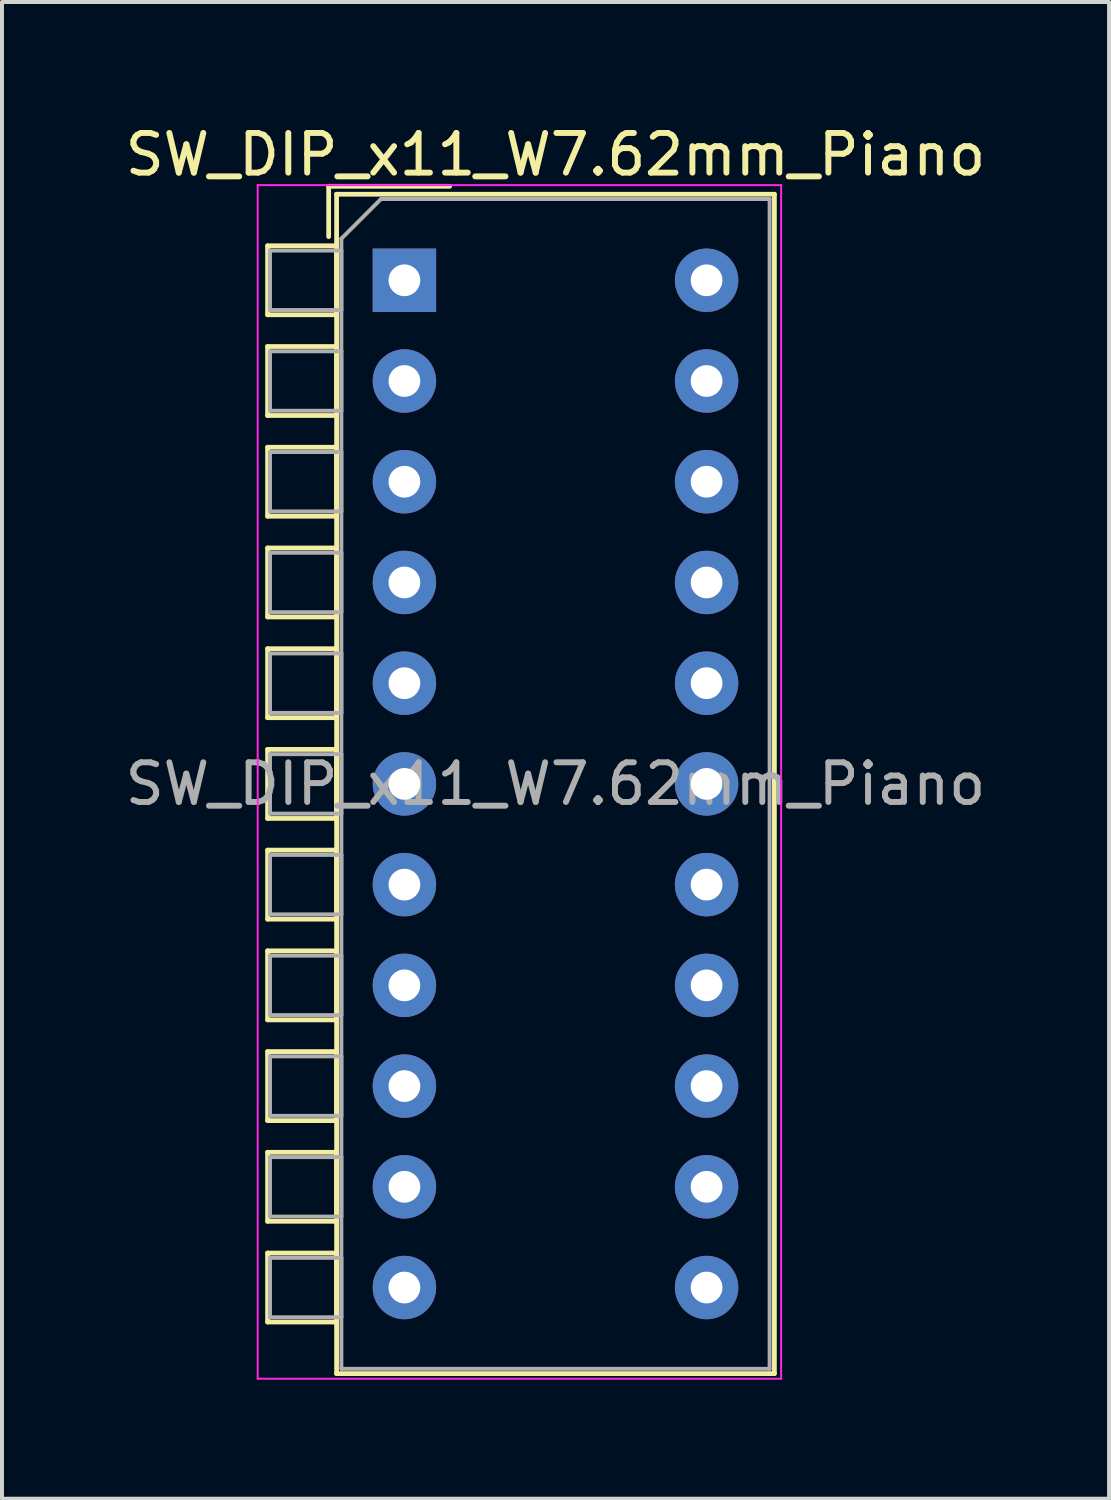
<source format=kicad_pcb>
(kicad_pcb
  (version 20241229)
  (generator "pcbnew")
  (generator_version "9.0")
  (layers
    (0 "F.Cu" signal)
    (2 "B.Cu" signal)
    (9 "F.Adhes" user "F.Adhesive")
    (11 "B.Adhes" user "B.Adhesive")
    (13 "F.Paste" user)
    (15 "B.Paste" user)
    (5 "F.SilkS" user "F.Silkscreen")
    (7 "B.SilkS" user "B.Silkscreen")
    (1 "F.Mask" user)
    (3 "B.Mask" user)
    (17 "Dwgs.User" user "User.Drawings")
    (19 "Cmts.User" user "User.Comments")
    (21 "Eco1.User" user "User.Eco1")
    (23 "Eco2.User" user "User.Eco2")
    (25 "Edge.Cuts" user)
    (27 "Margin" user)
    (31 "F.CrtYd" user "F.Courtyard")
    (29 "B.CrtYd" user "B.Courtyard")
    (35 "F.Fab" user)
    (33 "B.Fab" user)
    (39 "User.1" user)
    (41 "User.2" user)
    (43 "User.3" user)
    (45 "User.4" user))
  (footprint "SW_DIP_x11_W7.62mm_Piano"
    (layer "F.Cu")
    (at 7.148 4.018)
    (property "Reference" "SW_DIP_x11_W7.62mm_Piano" (at 3.81 -3.17 0) (layer "F.SilkS") (effects (font (size 1 1) (thickness 0.15))))
    (attr through_hole)
    (fp_line (start -3.45 -0.87) (end -3.45 0.87) (stroke (width 0.12) (type solid)) (layer "F.SilkS"))
    (fp_line (start -3.45 0.87) (end -1.71 0.87) (stroke (width 0.12) (type solid)) (layer "F.SilkS"))
    (fp_line (start -3.45 1.67) (end -3.45 3.41) (stroke (width 0.12) (type solid)) (layer "F.SilkS"))
    (fp_line (start -3.45 3.41) (end -1.71 3.41) (stroke (width 0.12) (type solid)) (layer "F.SilkS"))
    (fp_line (start -3.45 4.21) (end -3.45 5.95) (stroke (width 0.12) (type solid)) (layer "F.SilkS"))
    (fp_line (start -3.45 5.95) (end -1.71 5.95) (stroke (width 0.12) (type solid)) (layer "F.SilkS"))
    (fp_line (start -3.45 6.75) (end -3.45 8.49) (stroke (width 0.12) (type solid)) (layer "F.SilkS"))
    (fp_line (start -3.45 8.49) (end -1.71 8.49) (stroke (width 0.12) (type solid)) (layer "F.SilkS"))
    (fp_line (start -3.45 9.29) (end -3.45 11.03) (stroke (width 0.12) (type solid)) (layer "F.SilkS"))
    (fp_line (start -3.45 11.03) (end -1.71 11.03) (stroke (width 0.12) (type solid)) (layer "F.SilkS"))
    (fp_line (start -3.45 11.83) (end -3.45 13.57) (stroke (width 0.12) (type solid)) (layer "F.SilkS"))
    (fp_line (start -3.45 13.57) (end -1.71 13.57) (stroke (width 0.12) (type solid)) (layer "F.SilkS"))
    (fp_line (start -3.45 14.37) (end -3.45 16.11) (stroke (width 0.12) (type solid)) (layer "F.SilkS"))
    (fp_line (start -3.45 16.11) (end -1.71 16.11) (stroke (width 0.12) (type solid)) (layer "F.SilkS"))
    (fp_line (start -3.45 16.91) (end -3.45 18.65) (stroke (width 0.12) (type solid)) (layer "F.SilkS"))
    (fp_line (start -3.45 18.65) (end -1.71 18.65) (stroke (width 0.12) (type solid)) (layer "F.SilkS"))
    (fp_line (start -3.45 19.45) (end -3.45 21.19) (stroke (width 0.12) (type solid)) (layer "F.SilkS"))
    (fp_line (start -3.45 21.19) (end -1.71 21.19) (stroke (width 0.12) (type solid)) (layer "F.SilkS"))
    (fp_line (start -3.45 21.99) (end -3.45 23.73) (stroke (width 0.12) (type solid)) (layer "F.SilkS"))
    (fp_line (start -3.45 23.73) (end -1.71 23.73) (stroke (width 0.12) (type solid)) (layer "F.SilkS"))
    (fp_line (start -3.45 24.53) (end -3.45 26.27) (stroke (width 0.12) (type solid)) (layer "F.SilkS"))
    (fp_line (start -3.45 26.27) (end -1.71 26.27) (stroke (width 0.12) (type solid)) (layer "F.SilkS"))
    (fp_line (start -1.91 -2.37) (end -1.91 -1.1) (stroke (width 0.12) (type solid)) (layer "F.SilkS"))
    (fp_line (start -1.91 -2.37) (end 1.14 -2.37) (stroke (width 0.12) (type solid)) (layer "F.SilkS"))
    (fp_line (start -1.71 -2.17) (end 9.33 -2.17) (stroke (width 0.12) (type solid)) (layer "F.SilkS"))
    (fp_line (start -1.71 -0.87) (end -3.45 -0.87) (stroke (width 0.12) (type solid)) (layer "F.SilkS"))
    (fp_line (start -1.71 0.87) (end -1.71 -0.87) (stroke (width 0.12) (type solid)) (layer "F.SilkS"))
    (fp_line (start -1.71 1.67) (end -3.45 1.67) (stroke (width 0.12) (type solid)) (layer "F.SilkS"))
    (fp_line (start -1.71 3.41) (end -1.71 1.67) (stroke (width 0.12) (type solid)) (layer "F.SilkS"))
    (fp_line (start -1.71 4.21) (end -3.45 4.21) (stroke (width 0.12) (type solid)) (layer "F.SilkS"))
    (fp_line (start -1.71 5.95) (end -1.71 4.21) (stroke (width 0.12) (type solid)) (layer "F.SilkS"))
    (fp_line (start -1.71 6.75) (end -3.45 6.75) (stroke (width 0.12) (type solid)) (layer "F.SilkS"))
    (fp_line (start -1.71 8.49) (end -1.71 6.75) (stroke (width 0.12) (type solid)) (layer "F.SilkS"))
    (fp_line (start -1.71 9.29) (end -3.45 9.29) (stroke (width 0.12) (type solid)) (layer "F.SilkS"))
    (fp_line (start -1.71 11.03) (end -1.71 9.29) (stroke (width 0.12) (type solid)) (layer "F.SilkS"))
    (fp_line (start -1.71 11.83) (end -3.45 11.83) (stroke (width 0.12) (type solid)) (layer "F.SilkS"))
    (fp_line (start -1.71 13.57) (end -1.71 11.83) (stroke (width 0.12) (type solid)) (layer "F.SilkS"))
    (fp_line (start -1.71 14.37) (end -3.45 14.37) (stroke (width 0.12) (type solid)) (layer "F.SilkS"))
    (fp_line (start -1.71 16.11) (end -1.71 14.37) (stroke (width 0.12) (type solid)) (layer "F.SilkS"))
    (fp_line (start -1.71 16.91) (end -3.45 16.91) (stroke (width 0.12) (type solid)) (layer "F.SilkS"))
    (fp_line (start -1.71 18.65) (end -1.71 16.91) (stroke (width 0.12) (type solid)) (layer "F.SilkS"))
    (fp_line (start -1.71 19.45) (end -3.45 19.45) (stroke (width 0.12) (type solid)) (layer "F.SilkS"))
    (fp_line (start -1.71 21.19) (end -1.71 19.45) (stroke (width 0.12) (type solid)) (layer "F.SilkS"))
    (fp_line (start -1.71 21.99) (end -3.45 21.99) (stroke (width 0.12) (type solid)) (layer "F.SilkS"))
    (fp_line (start -1.71 23.73) (end -1.71 21.99) (stroke (width 0.12) (type solid)) (layer "F.SilkS"))
    (fp_line (start -1.71 24.53) (end -3.45 24.53) (stroke (width 0.12) (type solid)) (layer "F.SilkS"))
    (fp_line (start -1.71 26.27) (end -1.71 24.53) (stroke (width 0.12) (type solid)) (layer "F.SilkS"))
    (fp_line (start -1.71 27.57) (end -1.71 -2.17) (stroke (width 0.12) (type solid)) (layer "F.SilkS"))
    (fp_line (start 9.33 -2.17) (end 9.33 27.57) (stroke (width 0.12) (type solid)) (layer "F.SilkS"))
    (fp_line (start 9.33 27.57) (end -1.71 27.57) (stroke (width 0.12) (type solid)) (layer "F.SilkS"))
    (fp_line (start -3.7 -2.4) (end -3.7 27.7) (stroke (width 0.05) (type solid)) (layer "F.CrtYd"))
    (fp_line (start -3.7 27.7) (end 9.5 27.7) (stroke (width 0.05) (type solid)) (layer "F.CrtYd"))
    (fp_line (start 9.5 -2.4) (end -3.7 -2.4) (stroke (width 0.05) (type solid)) (layer "F.CrtYd"))
    (fp_line (start 9.5 27.7) (end 9.5 -2.4) (stroke (width 0.05) (type solid)) (layer "F.CrtYd"))
    (fp_line (start -3.39 -0.75) (end -1.59 -0.75) (stroke (width 0.1) (type solid)) (layer "F.Fab"))
    (fp_line (start -3.39 0.75) (end -3.39 -0.75) (stroke (width 0.1) (type solid)) (layer "F.Fab"))
    (fp_line (start -3.39 1.79) (end -1.59 1.79) (stroke (width 0.1) (type solid)) (layer "F.Fab"))
    (fp_line (start -3.39 3.29) (end -3.39 1.79) (stroke (width 0.1) (type solid)) (layer "F.Fab"))
    (fp_line (start -3.39 4.33) (end -1.59 4.33) (stroke (width 0.1) (type solid)) (layer "F.Fab"))
    (fp_line (start -3.39 5.83) (end -3.39 4.33) (stroke (width 0.1) (type solid)) (layer "F.Fab"))
    (fp_line (start -3.39 6.87) (end -1.59 6.87) (stroke (width 0.1) (type solid)) (layer "F.Fab"))
    (fp_line (start -3.39 8.37) (end -3.39 6.87) (stroke (width 0.1) (type solid)) (layer "F.Fab"))
    (fp_line (start -3.39 9.41) (end -1.59 9.41) (stroke (width 0.1) (type solid)) (layer "F.Fab"))
    (fp_line (start -3.39 10.91) (end -3.39 9.41) (stroke (width 0.1) (type solid)) (layer "F.Fab"))
    (fp_line (start -3.39 11.95) (end -1.59 11.95) (stroke (width 0.1) (type solid)) (layer "F.Fab"))
    (fp_line (start -3.39 13.45) (end -3.39 11.95) (stroke (width 0.1) (type solid)) (layer "F.Fab"))
    (fp_line (start -3.39 14.49) (end -1.59 14.49) (stroke (width 0.1) (type solid)) (layer "F.Fab"))
    (fp_line (start -3.39 15.99) (end -3.39 14.49) (stroke (width 0.1) (type solid)) (layer "F.Fab"))
    (fp_line (start -3.39 17.03) (end -1.59 17.03) (stroke (width 0.1) (type solid)) (layer "F.Fab"))
    (fp_line (start -3.39 18.53) (end -3.39 17.03) (stroke (width 0.1) (type solid)) (layer "F.Fab"))
    (fp_line (start -3.39 19.57) (end -1.59 19.57) (stroke (width 0.1) (type solid)) (layer "F.Fab"))
    (fp_line (start -3.39 21.07) (end -3.39 19.57) (stroke (width 0.1) (type solid)) (layer "F.Fab"))
    (fp_line (start -3.39 22.11) (end -1.59 22.11) (stroke (width 0.1) (type solid)) (layer "F.Fab"))
    (fp_line (start -3.39 23.61) (end -3.39 22.11) (stroke (width 0.1) (type solid)) (layer "F.Fab"))
    (fp_line (start -3.39 24.65) (end -1.59 24.65) (stroke (width 0.1) (type solid)) (layer "F.Fab"))
    (fp_line (start -3.39 26.15) (end -3.39 24.65) (stroke (width 0.1) (type solid)) (layer "F.Fab"))
    (fp_line (start -1.59 -1.05) (end -0.59 -2.05) (stroke (width 0.1) (type solid)) (layer "F.Fab"))
    (fp_line (start -1.59 -0.75) (end -1.59 0.75) (stroke (width 0.1) (type solid)) (layer "F.Fab"))
    (fp_line (start -1.59 0.75) (end -3.39 0.75) (stroke (width 0.1) (type solid)) (layer "F.Fab"))
    (fp_line (start -1.59 1.79) (end -1.59 3.29) (stroke (width 0.1) (type solid)) (layer "F.Fab"))
    (fp_line (start -1.59 3.29) (end -3.39 3.29) (stroke (width 0.1) (type solid)) (layer "F.Fab"))
    (fp_line (start -1.59 4.33) (end -1.59 5.83) (stroke (width 0.1) (type solid)) (layer "F.Fab"))
    (fp_line (start -1.59 5.83) (end -3.39 5.83) (stroke (width 0.1) (type solid)) (layer "F.Fab"))
    (fp_line (start -1.59 6.87) (end -1.59 8.37) (stroke (width 0.1) (type solid)) (layer "F.Fab"))
    (fp_line (start -1.59 8.37) (end -3.39 8.37) (stroke (width 0.1) (type solid)) (layer "F.Fab"))
    (fp_line (start -1.59 9.41) (end -1.59 10.91) (stroke (width 0.1) (type solid)) (layer "F.Fab"))
    (fp_line (start -1.59 10.91) (end -3.39 10.91) (stroke (width 0.1) (type solid)) (layer "F.Fab"))
    (fp_line (start -1.59 11.95) (end -1.59 13.45) (stroke (width 0.1) (type solid)) (layer "F.Fab"))
    (fp_line (start -1.59 13.45) (end -3.39 13.45) (stroke (width 0.1) (type solid)) (layer "F.Fab"))
    (fp_line (start -1.59 14.49) (end -1.59 15.99) (stroke (width 0.1) (type solid)) (layer "F.Fab"))
    (fp_line (start -1.59 15.99) (end -3.39 15.99) (stroke (width 0.1) (type solid)) (layer "F.Fab"))
    (fp_line (start -1.59 17.03) (end -1.59 18.53) (stroke (width 0.1) (type solid)) (layer "F.Fab"))
    (fp_line (start -1.59 18.53) (end -3.39 18.53) (stroke (width 0.1) (type solid)) (layer "F.Fab"))
    (fp_line (start -1.59 19.57) (end -1.59 21.07) (stroke (width 0.1) (type solid)) (layer "F.Fab"))
    (fp_line (start -1.59 21.07) (end -3.39 21.07) (stroke (width 0.1) (type solid)) (layer "F.Fab"))
    (fp_line (start -1.59 22.11) (end -1.59 23.61) (stroke (width 0.1) (type solid)) (layer "F.Fab"))
    (fp_line (start -1.59 23.61) (end -3.39 23.61) (stroke (width 0.1) (type solid)) (layer "F.Fab"))
    (fp_line (start -1.59 24.65) (end -1.59 26.15) (stroke (width 0.1) (type solid)) (layer "F.Fab"))
    (fp_line (start -1.59 26.15) (end -3.39 26.15) (stroke (width 0.1) (type solid)) (layer "F.Fab"))
    (fp_line (start -1.59 27.45) (end -1.59 -1.05) (stroke (width 0.1) (type solid)) (layer "F.Fab"))
    (fp_line (start -0.59 -2.05) (end 9.21 -2.05) (stroke (width 0.1) (type solid)) (layer "F.Fab"))
    (fp_line (start 9.21 -2.05) (end 9.21 27.45) (stroke (width 0.1) (type solid)) (layer "F.Fab"))
    (fp_line (start 9.21 27.45) (end -1.59 27.45) (stroke (width 0.1) (type solid)) (layer "F.Fab"))
    (fp_text user "${REFERENCE}" (at 3.81 12.7 0) (layer "F.Fab") (effects (font (size 1 1) (thickness 0.15))))
    (pad "1" thru_hole rect (at 0 0) (size 1.6 1.6) (drill 0.8) (layers "*.Cu" "*.Mask"))
    (pad "2" thru_hole oval (at 0 2.54) (size 1.6 1.6) (drill 0.8) (layers "*.Cu" "*.Mask"))
    (pad "3" thru_hole oval (at 0 5.08) (size 1.6 1.6) (drill 0.8) (layers "*.Cu" "*.Mask"))
    (pad "4" thru_hole oval (at 0 7.62) (size 1.6 1.6) (drill 0.8) (layers "*.Cu" "*.Mask"))
    (pad "5" thru_hole oval (at 0 10.16) (size 1.6 1.6) (drill 0.8) (layers "*.Cu" "*.Mask"))
    (pad "6" thru_hole oval (at 0 12.7) (size 1.6 1.6) (drill 0.8) (layers "*.Cu" "*.Mask"))
    (pad "7" thru_hole oval (at 0 15.24) (size 1.6 1.6) (drill 0.8) (layers "*.Cu" "*.Mask"))
    (pad "8" thru_hole oval (at 0 17.78) (size 1.6 1.6) (drill 0.8) (layers "*.Cu" "*.Mask"))
    (pad "9" thru_hole oval (at 0 20.32) (size 1.6 1.6) (drill 0.8) (layers "*.Cu" "*.Mask"))
    (pad "10" thru_hole oval (at 0 22.86) (size 1.6 1.6) (drill 0.8) (layers "*.Cu" "*.Mask"))
    (pad "11" thru_hole oval (at 0 25.4) (size 1.6 1.6) (drill 0.8) (layers "*.Cu" "*.Mask"))
    (pad "12" thru_hole oval (at 7.62 25.4) (size 1.6 1.6) (drill 0.8) (layers "*.Cu" "*.Mask"))
    (pad "13" thru_hole oval (at 7.62 22.86) (size 1.6 1.6) (drill 0.8) (layers "*.Cu" "*.Mask"))
    (pad "14" thru_hole oval (at 7.62 20.32) (size 1.6 1.6) (drill 0.8) (layers "*.Cu" "*.Mask"))
    (pad "15" thru_hole oval (at 7.62 17.78) (size 1.6 1.6) (drill 0.8) (layers "*.Cu" "*.Mask"))
    (pad "16" thru_hole oval (at 7.62 15.24) (size 1.6 1.6) (drill 0.8) (layers "*.Cu" "*.Mask"))
    (pad "17" thru_hole oval (at 7.62 12.7) (size 1.6 1.6) (drill 0.8) (layers "*.Cu" "*.Mask"))
    (pad "18" thru_hole oval (at 7.62 10.16) (size 1.6 1.6) (drill 0.8) (layers "*.Cu" "*.Mask"))
    (pad "19" thru_hole oval (at 7.62 7.62) (size 1.6 1.6) (drill 0.8) (layers "*.Cu" "*.Mask"))
    (pad "20" thru_hole oval (at 7.62 5.08) (size 1.6 1.6) (drill 0.8) (layers "*.Cu" "*.Mask"))
    (pad "21" thru_hole oval (at 7.62 2.54) (size 1.6 1.6) (drill 0.8) (layers "*.Cu" "*.Mask"))
    (pad "22" thru_hole oval (at 7.62 0) (size 1.6 1.6) (drill 0.8) (layers "*.Cu" "*.Mask")))
  (gr_rect
    (start -3 -3)
    (end 24.917 34.743)
    (stroke (width 0.1) (type default))
    (fill no)
    (layer "Edge.Cuts")))
</source>
